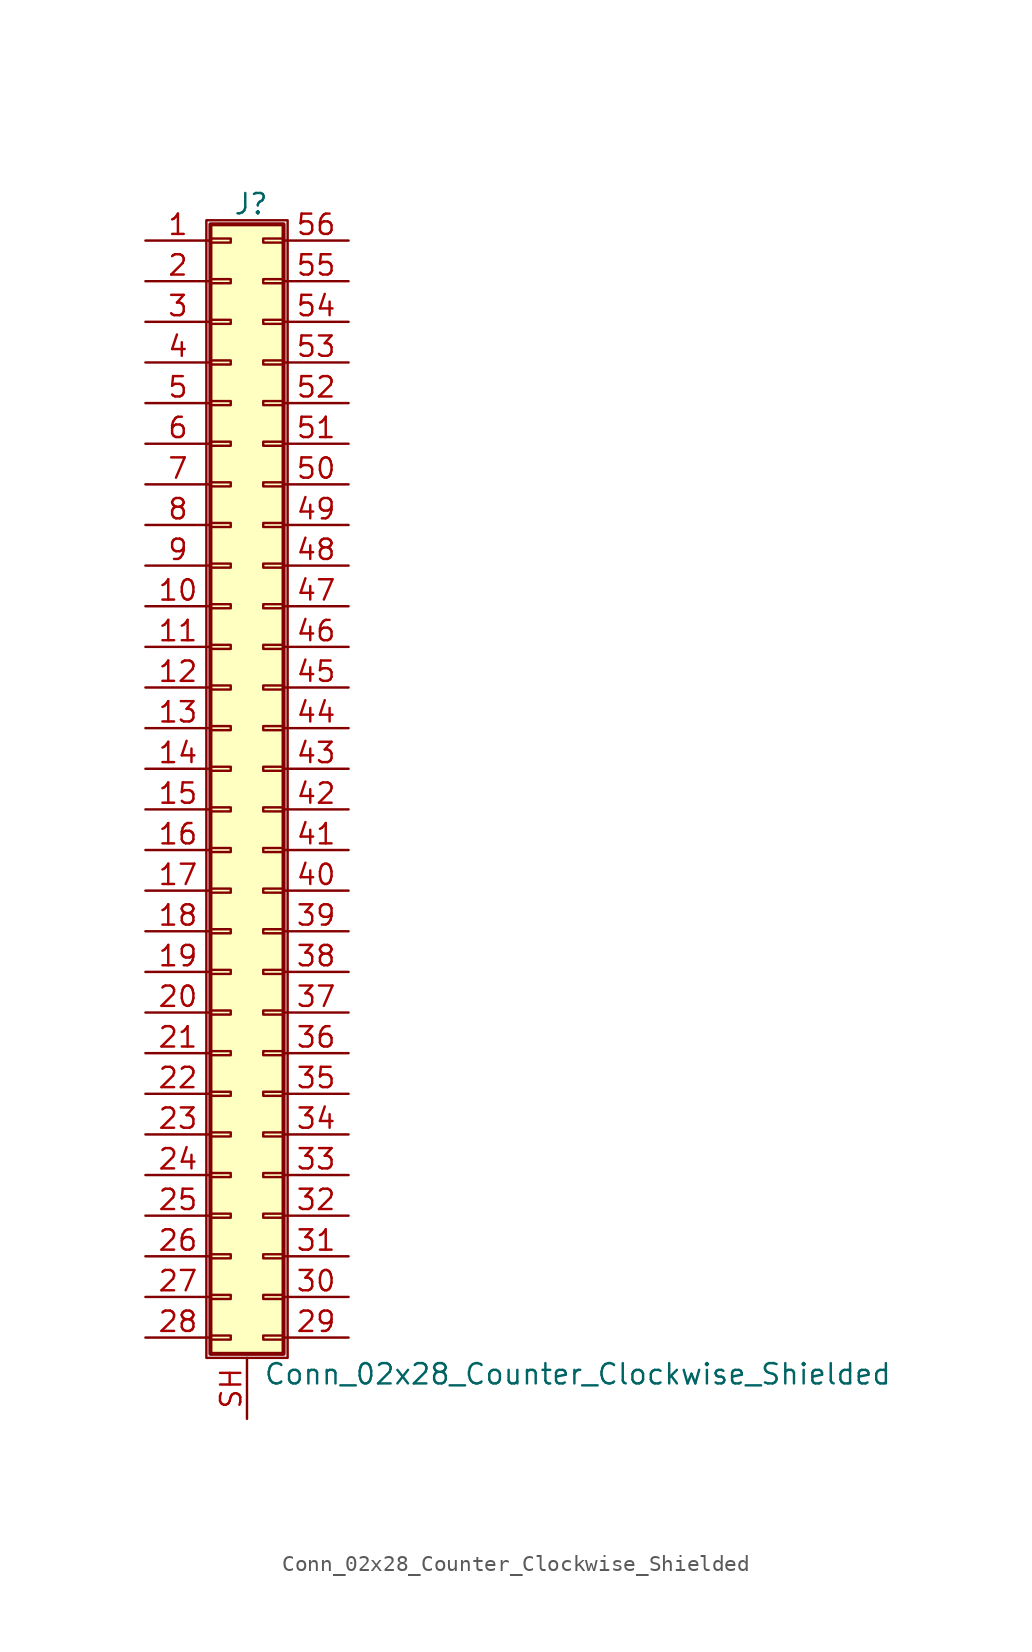
<source format=kicad_sym>
(kicad_symbol_lib
  (version 20201005)
  (generator kicad_symbol_editor)
  (symbol "Conn_02x28_Counter_Clockwise_Shielded"
    (pin_names
      (offset 1.016) hide)
    (property "Reference" "J"
      (at 1.524 35.306 0)
      (effects (font (size 1.27 1.27))))
    (property "Value" "Conn_02x28_Counter_Clockwise_Shielded"
      (at 2.286 -37.846 0)
      (effects (font (size 1.27 1.27)) (justify left)))
    (symbol "Conn_02x28_Counter_Clockwise_Shielded_1_1"
      (rectangle (start -1.27 34.29) (end 3.81 -36.83) (stroke (width 0.152)) (fill (type none)))
      (rectangle (start -1.016 -35.433) (end 0.254 -35.687) (stroke (width 0.152)) (fill (type none)))
      (rectangle (start -1.016 -32.893) (end 0.254 -33.147) (stroke (width 0.152)) (fill (type none)))
      (rectangle (start -1.016 -30.353) (end 0.254 -30.607) (stroke (width 0.152)) (fill (type none)))
      (rectangle (start -1.016 -27.813) (end 0.254 -28.067) (stroke (width 0.152)) (fill (type none)))
      (rectangle (start -1.016 -25.273) (end 0.254 -25.527) (stroke (width 0.152)) (fill (type none)))
      (rectangle (start -1.016 -22.733) (end 0.254 -22.987) (stroke (width 0.152)) (fill (type none)))
      (rectangle (start -1.016 -20.193) (end 0.254 -20.447) (stroke (width 0.152)) (fill (type none)))
      (rectangle (start -1.016 -17.653) (end 0.254 -17.907) (stroke (width 0.152)) (fill (type none)))
      (rectangle (start -1.016 -15.113) (end 0.254 -15.367) (stroke (width 0.152)) (fill (type none)))
      (rectangle (start -1.016 -12.573) (end 0.254 -12.827) (stroke (width 0.152)) (fill (type none)))
      (rectangle (start -1.016 -10.033) (end 0.254 -10.287) (stroke (width 0.152)) (fill (type none)))
      (rectangle (start -1.016 -7.493) (end 0.254 -7.747) (stroke (width 0.152)) (fill (type none)))
      (rectangle (start -1.016 -4.953) (end 0.254 -5.207) (stroke (width 0.152)) (fill (type none)))
      (rectangle (start -1.016 -2.413) (end 0.254 -2.667) (stroke (width 0.152)) (fill (type none)))
      (rectangle (start -1.016 0.127) (end 0.254 -0.127) (stroke (width 0.152)) (fill (type none)))
      (rectangle (start -1.016 2.667) (end 0.254 2.413) (stroke (width 0.152)) (fill (type none)))
      (rectangle (start -1.016 5.207) (end 0.254 4.953) (stroke (width 0.152)) (fill (type none)))
      (rectangle (start -1.016 7.747) (end 0.254 7.493) (stroke (width 0.152)) (fill (type none)))
      (rectangle (start -1.016 10.287) (end 0.254 10.033) (stroke (width 0.152)) (fill (type none)))
      (rectangle (start -1.016 12.827) (end 0.254 12.573) (stroke (width 0.152)) (fill (type none)))
      (rectangle (start -1.016 15.367) (end 0.254 15.113) (stroke (width 0.152)) (fill (type none)))
      (rectangle (start -1.016 17.907) (end 0.254 17.653) (stroke (width 0.152)) (fill (type none)))
      (rectangle (start -1.016 20.447) (end 0.254 20.193) (stroke (width 0.152)) (fill (type none)))
      (rectangle (start -1.016 22.987) (end 0.254 22.733) (stroke (width 0.152)) (fill (type none)))
      (rectangle (start -1.016 25.527) (end 0.254 25.273) (stroke (width 0.152)) (fill (type none)))
      (rectangle (start -1.016 28.067) (end 0.254 27.813) (stroke (width 0.152)) (fill (type none)))
      (rectangle (start -1.016 30.607) (end 0.254 30.353) (stroke (width 0.152)) (fill (type none)))
      (rectangle (start -1.016 33.147) (end 0.254 32.893) (stroke (width 0.152)) (fill (type none)))
      (rectangle (start 3.556 -35.433) (end 2.286 -35.687) (stroke (width 0.152)) (fill (type none)))
      (rectangle (start 3.556 -32.893) (end 2.286 -33.147) (stroke (width 0.152)) (fill (type none)))
      (rectangle (start 3.556 -30.353) (end 2.286 -30.607) (stroke (width 0.152)) (fill (type none)))
      (rectangle (start 3.556 -27.813) (end 2.286 -28.067) (stroke (width 0.152)) (fill (type none)))
      (rectangle (start 3.556 -25.273) (end 2.286 -25.527) (stroke (width 0.152)) (fill (type none)))
      (rectangle (start 3.556 -22.733) (end 2.286 -22.987) (stroke (width 0.152)) (fill (type none)))
      (rectangle (start 3.556 -20.193) (end 2.286 -20.447) (stroke (width 0.152)) (fill (type none)))
      (rectangle (start 3.556 -17.653) (end 2.286 -17.907) (stroke (width 0.152)) (fill (type none)))
      (rectangle (start 3.556 -15.113) (end 2.286 -15.367) (stroke (width 0.152)) (fill (type none)))
      (rectangle (start 3.556 -12.573) (end 2.286 -12.827) (stroke (width 0.152)) (fill (type none)))
      (rectangle (start 3.556 -10.033) (end 2.286 -10.287) (stroke (width 0.152)) (fill (type none)))
      (rectangle (start 3.556 -7.493) (end 2.286 -7.747) (stroke (width 0.152)) (fill (type none)))
      (rectangle (start 3.556 -4.953) (end 2.286 -5.207) (stroke (width 0.152)) (fill (type none)))
      (rectangle (start 3.556 -2.413) (end 2.286 -2.667) (stroke (width 0.152)) (fill (type none)))
      (rectangle (start 3.556 0.127) (end 2.286 -0.127) (stroke (width 0.152)) (fill (type none)))
      (rectangle (start 3.556 2.667) (end 2.286 2.413) (stroke (width 0.152)) (fill (type none)))
      (rectangle (start 3.556 5.207) (end 2.286 4.953) (stroke (width 0.152)) (fill (type none)))
      (rectangle (start 3.556 7.747) (end 2.286 7.493) (stroke (width 0.152)) (fill (type none)))
      (rectangle (start 3.556 10.287) (end 2.286 10.033) (stroke (width 0.152)) (fill (type none)))
      (rectangle (start 3.556 12.827) (end 2.286 12.573) (stroke (width 0.152)) (fill (type none)))
      (rectangle (start 3.556 15.367) (end 2.286 15.113) (stroke (width 0.152)) (fill (type none)))
      (rectangle (start 3.556 17.907) (end 2.286 17.653) (stroke (width 0.152)) (fill (type none)))
      (rectangle (start 3.556 20.447) (end 2.286 20.193) (stroke (width 0.152)) (fill (type none)))
      (rectangle (start 3.556 22.987) (end 2.286 22.733) (stroke (width 0.152)) (fill (type none)))
      (rectangle (start 3.556 25.527) (end 2.286 25.273) (stroke (width 0.152)) (fill (type none)))
      (rectangle (start 3.556 28.067) (end 2.286 27.813) (stroke (width 0.152)) (fill (type none)))
      (rectangle (start 3.556 30.607) (end 2.286 30.353) (stroke (width 0.152)) (fill (type none)))
      (rectangle (start 3.556 33.147) (end 2.286 32.893) (stroke (width 0.152)) (fill (type none)))
      (rectangle (start -1.016 34.036) (end 3.556 -36.576) (stroke (width 0.254)) (fill (type background)))
      (pin passive line (at -5.08 33.02 0) (length 4.064) (name "Pin_1" (effects (font (size 1.27 1.27)))) (number "1" (effects (font (size 1.27 1.27)))))
      (pin passive line (at -5.08 10.16 0) (length 4.064) (name "Pin_10" (effects (font (size 1.27 1.27)))) (number "10" (effects (font (size 1.27 1.27)))))
      (pin passive line (at -5.08 7.62 0) (length 4.064) (name "Pin_11" (effects (font (size 1.27 1.27)))) (number "11" (effects (font (size 1.27 1.27)))))
      (pin passive line (at -5.08 5.08 0) (length 4.064) (name "Pin_12" (effects (font (size 1.27 1.27)))) (number "12" (effects (font (size 1.27 1.27)))))
      (pin passive line (at -5.08 2.54 0) (length 4.064) (name "Pin_13" (effects (font (size 1.27 1.27)))) (number "13" (effects (font (size 1.27 1.27)))))
      (pin passive line (at -5.08 0 0) (length 4.064) (name "Pin_14" (effects (font (size 1.27 1.27)))) (number "14" (effects (font (size 1.27 1.27)))))
      (pin passive line (at -5.08 -2.54 0) (length 4.064) (name "Pin_15" (effects (font (size 1.27 1.27)))) (number "15" (effects (font (size 1.27 1.27)))))
      (pin passive line (at -5.08 -5.08 0) (length 4.064) (name "Pin_16" (effects (font (size 1.27 1.27)))) (number "16" (effects (font (size 1.27 1.27)))))
      (pin passive line (at -5.08 -7.62 0) (length 4.064) (name "Pin_17" (effects (font (size 1.27 1.27)))) (number "17" (effects (font (size 1.27 1.27)))))
      (pin passive line (at -5.08 -10.16 0) (length 4.064) (name "Pin_18" (effects (font (size 1.27 1.27)))) (number "18" (effects (font (size 1.27 1.27)))))
      (pin passive line (at -5.08 -12.7 0) (length 4.064) (name "Pin_19" (effects (font (size 1.27 1.27)))) (number "19" (effects (font (size 1.27 1.27)))))
      (pin passive line (at -5.08 30.48 0) (length 4.064) (name "Pin_2" (effects (font (size 1.27 1.27)))) (number "2" (effects (font (size 1.27 1.27)))))
      (pin passive line (at -5.08 -15.24 0) (length 4.064) (name "Pin_20" (effects (font (size 1.27 1.27)))) (number "20" (effects (font (size 1.27 1.27)))))
      (pin passive line (at -5.08 -17.78 0) (length 4.064) (name "Pin_21" (effects (font (size 1.27 1.27)))) (number "21" (effects (font (size 1.27 1.27)))))
      (pin passive line (at -5.08 -20.32 0) (length 4.064) (name "Pin_22" (effects (font (size 1.27 1.27)))) (number "22" (effects (font (size 1.27 1.27)))))
      (pin passive line (at -5.08 -22.86 0) (length 4.064) (name "Pin_23" (effects (font (size 1.27 1.27)))) (number "23" (effects (font (size 1.27 1.27)))))
      (pin passive line (at -5.08 -25.4 0) (length 4.064) (name "Pin_24" (effects (font (size 1.27 1.27)))) (number "24" (effects (font (size 1.27 1.27)))))
      (pin passive line (at -5.08 -27.94 0) (length 4.064) (name "Pin_25" (effects (font (size 1.27 1.27)))) (number "25" (effects (font (size 1.27 1.27)))))
      (pin passive line (at -5.08 -30.48 0) (length 4.064) (name "Pin_26" (effects (font (size 1.27 1.27)))) (number "26" (effects (font (size 1.27 1.27)))))
      (pin passive line (at -5.08 -33.02 0) (length 4.064) (name "Pin_27" (effects (font (size 1.27 1.27)))) (number "27" (effects (font (size 1.27 1.27)))))
      (pin passive line (at -5.08 -35.56 0) (length 4.064) (name "Pin_28" (effects (font (size 1.27 1.27)))) (number "28" (effects (font (size 1.27 1.27)))))
      (pin passive line (at 7.62 -35.56 180) (length 4.064) (name "Pin_29" (effects (font (size 1.27 1.27)))) (number "29" (effects (font (size 1.27 1.27)))))
      (pin passive line (at -5.08 27.94 0) (length 4.064) (name "Pin_3" (effects (font (size 1.27 1.27)))) (number "3" (effects (font (size 1.27 1.27)))))
      (pin passive line (at 7.62 -33.02 180) (length 4.064) (name "Pin_30" (effects (font (size 1.27 1.27)))) (number "30" (effects (font (size 1.27 1.27)))))
      (pin passive line (at 7.62 -30.48 180) (length 4.064) (name "Pin_31" (effects (font (size 1.27 1.27)))) (number "31" (effects (font (size 1.27 1.27)))))
      (pin passive line (at 7.62 -27.94 180) (length 4.064) (name "Pin_32" (effects (font (size 1.27 1.27)))) (number "32" (effects (font (size 1.27 1.27)))))
      (pin passive line (at 7.62 -25.4 180) (length 4.064) (name "Pin_33" (effects (font (size 1.27 1.27)))) (number "33" (effects (font (size 1.27 1.27)))))
      (pin passive line (at 7.62 -22.86 180) (length 4.064) (name "Pin_34" (effects (font (size 1.27 1.27)))) (number "34" (effects (font (size 1.27 1.27)))))
      (pin passive line (at 7.62 -20.32 180) (length 4.064) (name "Pin_35" (effects (font (size 1.27 1.27)))) (number "35" (effects (font (size 1.27 1.27)))))
      (pin passive line (at 7.62 -17.78 180) (length 4.064) (name "Pin_36" (effects (font (size 1.27 1.27)))) (number "36" (effects (font (size 1.27 1.27)))))
      (pin passive line (at 7.62 -15.24 180) (length 4.064) (name "Pin_37" (effects (font (size 1.27 1.27)))) (number "37" (effects (font (size 1.27 1.27)))))
      (pin passive line (at 7.62 -12.7 180) (length 4.064) (name "Pin_38" (effects (font (size 1.27 1.27)))) (number "38" (effects (font (size 1.27 1.27)))))
      (pin passive line (at 7.62 -10.16 180) (length 4.064) (name "Pin_39" (effects (font (size 1.27 1.27)))) (number "39" (effects (font (size 1.27 1.27)))))
      (pin passive line (at -5.08 25.4 0) (length 4.064) (name "Pin_4" (effects (font (size 1.27 1.27)))) (number "4" (effects (font (size 1.27 1.27)))))
      (pin passive line (at 7.62 -7.62 180) (length 4.064) (name "Pin_40" (effects (font (size 1.27 1.27)))) (number "40" (effects (font (size 1.27 1.27)))))
      (pin passive line (at 7.62 -5.08 180) (length 4.064) (name "Pin_41" (effects (font (size 1.27 1.27)))) (number "41" (effects (font (size 1.27 1.27)))))
      (pin passive line (at 7.62 -2.54 180) (length 4.064) (name "Pin_42" (effects (font (size 1.27 1.27)))) (number "42" (effects (font (size 1.27 1.27)))))
      (pin passive line (at 7.62 0 180) (length 4.064) (name "Pin_43" (effects (font (size 1.27 1.27)))) (number "43" (effects (font (size 1.27 1.27)))))
      (pin passive line (at 7.62 2.54 180) (length 4.064) (name "Pin_44" (effects (font (size 1.27 1.27)))) (number "44" (effects (font (size 1.27 1.27)))))
      (pin passive line (at 7.62 5.08 180) (length 4.064) (name "Pin_45" (effects (font (size 1.27 1.27)))) (number "45" (effects (font (size 1.27 1.27)))))
      (pin passive line (at 7.62 7.62 180) (length 4.064) (name "Pin_46" (effects (font (size 1.27 1.27)))) (number "46" (effects (font (size 1.27 1.27)))))
      (pin passive line (at 7.62 10.16 180) (length 4.064) (name "Pin_47" (effects (font (size 1.27 1.27)))) (number "47" (effects (font (size 1.27 1.27)))))
      (pin passive line (at 7.62 12.7 180) (length 4.064) (name "Pin_48" (effects (font (size 1.27 1.27)))) (number "48" (effects (font (size 1.27 1.27)))))
      (pin passive line (at 7.62 15.24 180) (length 4.064) (name "Pin_49" (effects (font (size 1.27 1.27)))) (number "49" (effects (font (size 1.27 1.27)))))
      (pin passive line (at -5.08 22.86 0) (length 4.064) (name "Pin_5" (effects (font (size 1.27 1.27)))) (number "5" (effects (font (size 1.27 1.27)))))
      (pin passive line (at 7.62 17.78 180) (length 4.064) (name "Pin_50" (effects (font (size 1.27 1.27)))) (number "50" (effects (font (size 1.27 1.27)))))
      (pin passive line (at 7.62 20.32 180) (length 4.064) (name "Pin_51" (effects (font (size 1.27 1.27)))) (number "51" (effects (font (size 1.27 1.27)))))
      (pin passive line (at 7.62 22.86 180) (length 4.064) (name "Pin_52" (effects (font (size 1.27 1.27)))) (number "52" (effects (font (size 1.27 1.27)))))
      (pin passive line (at 7.62 25.4 180) (length 4.064) (name "Pin_53" (effects (font (size 1.27 1.27)))) (number "53" (effects (font (size 1.27 1.27)))))
      (pin passive line (at 7.62 27.94 180) (length 4.064) (name "Pin_54" (effects (font (size 1.27 1.27)))) (number "54" (effects (font (size 1.27 1.27)))))
      (pin passive line (at 7.62 30.48 180) (length 4.064) (name "Pin_55" (effects (font (size 1.27 1.27)))) (number "55" (effects (font (size 1.27 1.27)))))
      (pin passive line (at 7.62 33.02 180) (length 4.064) (name "Pin_56" (effects (font (size 1.27 1.27)))) (number "56" (effects (font (size 1.27 1.27)))))
      (pin passive line (at -5.08 20.32 0) (length 4.064) (name "Pin_6" (effects (font (size 1.27 1.27)))) (number "6" (effects (font (size 1.27 1.27)))))
      (pin passive line (at -5.08 17.78 0) (length 4.064) (name "Pin_7" (effects (font (size 1.27 1.27)))) (number "7" (effects (font (size 1.27 1.27)))))
      (pin passive line (at -5.08 15.24 0) (length 4.064) (name "Pin_8" (effects (font (size 1.27 1.27)))) (number "8" (effects (font (size 1.27 1.27)))))
      (pin passive line (at -5.08 12.7 0) (length 4.064) (name "Pin_9" (effects (font (size 1.27 1.27)))) (number "9" (effects (font (size 1.27 1.27)))))
      (pin passive line (at 1.27 -40.64 90) (length 3.81) (name "Shield" (effects (font (size 1.27 1.27)))) (number "SH" (effects (font (size 1.27 1.27))))))))
</source>
